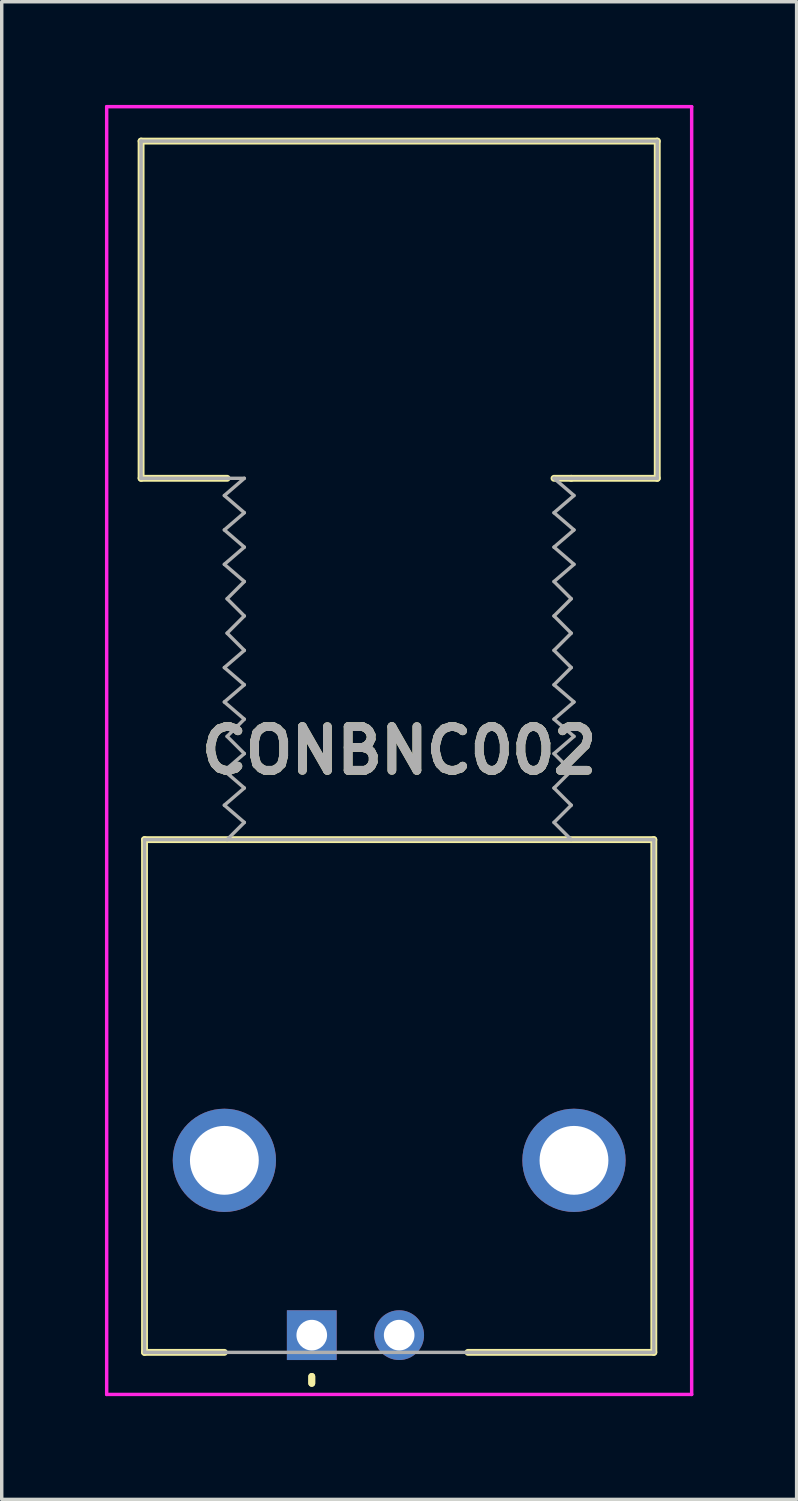
<source format=kicad_pcb>
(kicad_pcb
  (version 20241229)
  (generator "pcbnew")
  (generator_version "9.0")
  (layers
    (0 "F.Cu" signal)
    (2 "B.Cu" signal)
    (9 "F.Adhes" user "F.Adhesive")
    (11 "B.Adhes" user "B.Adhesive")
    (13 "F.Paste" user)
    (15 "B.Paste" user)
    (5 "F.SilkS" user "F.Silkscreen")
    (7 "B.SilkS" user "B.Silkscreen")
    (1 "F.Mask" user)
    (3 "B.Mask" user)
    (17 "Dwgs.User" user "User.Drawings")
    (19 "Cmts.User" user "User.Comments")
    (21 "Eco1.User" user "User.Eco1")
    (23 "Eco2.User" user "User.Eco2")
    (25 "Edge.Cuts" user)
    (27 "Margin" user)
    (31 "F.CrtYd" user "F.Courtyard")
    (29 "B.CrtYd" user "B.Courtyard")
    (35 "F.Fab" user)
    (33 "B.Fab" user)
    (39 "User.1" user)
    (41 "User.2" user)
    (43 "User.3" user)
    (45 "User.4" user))
  (footprint "CONBNC002"
    (layer "F.Cu")
    (at 6.01 35.75)
    (property "Reference" "CONBNC002" (at 2.54 -16.988 0) (layer "F.SilkS") (effects (font (size 1.27 1.27) (thickness 0.254))))
    (attr through_hole)
    (fp_line (start -4.96 -34.7) (end 10.04 -34.7) (stroke (width 0.2) (type solid)) (layer "F.SilkS"))
    (fp_line (start -4.96 -24.9) (end -4.96 -34.7) (stroke (width 0.2) (type solid)) (layer "F.SilkS"))
    (fp_line (start -4.86 -14.4) (end 9.94 -14.4) (stroke (width 0.2) (type solid)) (layer "F.SilkS"))
    (fp_line (start -4.86 0.5) (end -4.86 -14.4) (stroke (width 0.2) (type solid)) (layer "F.SilkS"))
    (fp_line (start -4.86 0.5) (end -2.54 0.5) (stroke (width 0.2) (type solid)) (layer "F.SilkS"))
    (fp_line (start -2.46 -24.9) (end -4.96 -24.9) (stroke (width 0.2) (type solid)) (layer "F.SilkS"))
    (fp_line (start 0 1.2) (end 0 1.4) (stroke (width 0.2) (type solid)) (layer "F.SilkS"))
    (fp_line (start 0 1.4) (end 0 1.2) (stroke (width 0.2) (type solid)) (layer "F.SilkS"))
    (fp_line (start 7.54 -24.9) (end 7.04 -24.9) (stroke (width 0.2) (type solid)) (layer "F.SilkS"))
    (fp_line (start 9.94 -14.4) (end 9.94 0.5) (stroke (width 0.2) (type solid)) (layer "F.SilkS"))
    (fp_line (start 9.94 0.5) (end 4.54 0.5) (stroke (width 0.2) (type solid)) (layer "F.SilkS"))
    (fp_line (start 10.04 -34.7) (end 10.04 -24.9) (stroke (width 0.2) (type solid)) (layer "F.SilkS"))
    (fp_line (start 10.04 -24.9) (end 7.54 -24.9) (stroke (width 0.2) (type solid)) (layer "F.SilkS"))
    (fp_line (start -5.96 -35.7) (end 11.04 -35.7) (stroke (width 0.1) (type solid)) (layer "F.CrtYd"))
    (fp_line (start -5.96 1.723) (end -5.96 -35.7) (stroke (width 0.1) (type solid)) (layer "F.CrtYd"))
    (fp_line (start 11.04 -35.7) (end 11.04 1.723) (stroke (width 0.1) (type solid)) (layer "F.CrtYd"))
    (fp_line (start 11.04 1.723) (end -5.96 1.723) (stroke (width 0.1) (type solid)) (layer "F.CrtYd"))
    (fp_line (start -4.96 -24.9) (end -4.96 -34.7) (stroke (width 0.1) (type solid)) (layer "F.Fab"))
    (fp_line (start -4.86 -14.4) (end 9.94 -14.4) (stroke (width 0.1) (type solid)) (layer "F.Fab"))
    (fp_line (start -4.86 0.5) (end -4.86 -14.4) (stroke (width 0.1) (type solid)) (layer "F.Fab"))
    (fp_line (start -2.54 -24.4) (end -1.96 -24.9) (stroke (width 0.1) (type solid)) (layer "F.Fab"))
    (fp_line (start -2.54 -23.4) (end -1.96 -23.9) (stroke (width 0.1) (type solid)) (layer "F.Fab"))
    (fp_line (start -2.54 -22.4) (end -1.96 -22.9) (stroke (width 0.1) (type solid)) (layer "F.Fab"))
    (fp_line (start -2.54 -19.4) (end -1.96 -19.9) (stroke (width 0.1) (type solid)) (layer "F.Fab"))
    (fp_line (start -2.54 -18.4) (end -1.96 -18.9) (stroke (width 0.1) (type solid)) (layer "F.Fab"))
    (fp_line (start -2.54 -16.4) (end -1.96 -16.9) (stroke (width 0.1) (type solid)) (layer "F.Fab"))
    (fp_line (start -2.54 -15.4) (end -1.96 -15.9) (stroke (width 0.1) (type solid)) (layer "F.Fab"))
    (fp_line (start -2.46 -21.4) (end -1.96 -21.9) (stroke (width 0.1) (type solid)) (layer "F.Fab"))
    (fp_line (start -2.46 -20.4) (end -1.96 -20.9) (stroke (width 0.1) (type solid)) (layer "F.Fab"))
    (fp_line (start -2.46 -17.4) (end -1.96 -17.9) (stroke (width 0.1) (type solid)) (layer "F.Fab"))
    (fp_line (start -2.46 -14.4) (end -1.96 -14.9) (stroke (width 0.1) (type solid)) (layer "F.Fab"))
    (fp_line (start -1.96 -24.9) (end -4.96 -24.9) (stroke (width 0.1) (type solid)) (layer "F.Fab"))
    (fp_line (start -1.96 -23.9) (end -2.54 -24.4) (stroke (width 0.1) (type solid)) (layer "F.Fab"))
    (fp_line (start -1.96 -22.9) (end -2.54 -23.4) (stroke (width 0.1) (type solid)) (layer "F.Fab"))
    (fp_line (start -1.96 -21.9) (end -2.54 -22.4) (stroke (width 0.1) (type solid)) (layer "F.Fab"))
    (fp_line (start -1.96 -20.9) (end -2.46 -21.4) (stroke (width 0.1) (type solid)) (layer "F.Fab"))
    (fp_line (start -1.96 -19.9) (end -2.46 -20.4) (stroke (width 0.1) (type solid)) (layer "F.Fab"))
    (fp_line (start -1.96 -18.9) (end -2.54 -19.4) (stroke (width 0.1) (type solid)) (layer "F.Fab"))
    (fp_line (start -1.96 -17.9) (end -2.54 -18.4) (stroke (width 0.1) (type solid)) (layer "F.Fab"))
    (fp_line (start -1.96 -16.9) (end -2.46 -17.4) (stroke (width 0.1) (type solid)) (layer "F.Fab"))
    (fp_line (start -1.96 -15.9) (end -2.54 -16.4) (stroke (width 0.1) (type solid)) (layer "F.Fab"))
    (fp_line (start -1.96 -14.9) (end -2.54 -15.4) (stroke (width 0.1) (type solid)) (layer "F.Fab"))
    (fp_line (start 7.04 -24.9) (end 10.04 -24.9) (stroke (width 0.1) (type solid)) (layer "F.Fab"))
    (fp_line (start 7.04 -23.9) (end 7.62 -24.4) (stroke (width 0.1) (type solid)) (layer "F.Fab"))
    (fp_line (start 7.04 -22.9) (end 7.62 -23.4) (stroke (width 0.1) (type solid)) (layer "F.Fab"))
    (fp_line (start 7.04 -21.9) (end 7.62 -22.4) (stroke (width 0.1) (type solid)) (layer "F.Fab"))
    (fp_line (start 7.04 -20.9) (end 7.54 -21.4) (stroke (width 0.1) (type solid)) (layer "F.Fab"))
    (fp_line (start 7.04 -19.9) (end 7.54 -20.4) (stroke (width 0.1) (type solid)) (layer "F.Fab"))
    (fp_line (start 7.04 -18.9) (end 7.54 -19.4) (stroke (width 0.1) (type solid)) (layer "F.Fab"))
    (fp_line (start 7.04 -17.9) (end 7.62 -18.4) (stroke (width 0.1) (type solid)) (layer "F.Fab"))
    (fp_line (start 7.04 -16.9) (end 7.62 -17.4) (stroke (width 0.1) (type solid)) (layer "F.Fab"))
    (fp_line (start 7.04 -15.9) (end 7.54 -16.4) (stroke (width 0.1) (type solid)) (layer "F.Fab"))
    (fp_line (start 7.04 -14.9) (end 7.54 -15.4) (stroke (width 0.1) (type solid)) (layer "F.Fab"))
    (fp_line (start 7.54 -21.4) (end 7.04 -21.9) (stroke (width 0.1) (type solid)) (layer "F.Fab"))
    (fp_line (start 7.54 -20.4) (end 7.04 -20.9) (stroke (width 0.1) (type solid)) (layer "F.Fab"))
    (fp_line (start 7.54 -19.4) (end 7.04 -19.9) (stroke (width 0.1) (type solid)) (layer "F.Fab"))
    (fp_line (start 7.54 -16.4) (end 7.04 -16.9) (stroke (width 0.1) (type solid)) (layer "F.Fab"))
    (fp_line (start 7.54 -15.4) (end 7.04 -15.9) (stroke (width 0.1) (type solid)) (layer "F.Fab"))
    (fp_line (start 7.54 -14.4) (end 7.04 -14.9) (stroke (width 0.1) (type solid)) (layer "F.Fab"))
    (fp_line (start 7.62 -24.4) (end 7.04 -24.9) (stroke (width 0.1) (type solid)) (layer "F.Fab"))
    (fp_line (start 7.62 -23.4) (end 7.04 -23.9) (stroke (width 0.1) (type solid)) (layer "F.Fab"))
    (fp_line (start 7.62 -22.4) (end 7.04 -22.9) (stroke (width 0.1) (type solid)) (layer "F.Fab"))
    (fp_line (start 7.62 -18.4) (end 7.04 -18.9) (stroke (width 0.1) (type solid)) (layer "F.Fab"))
    (fp_line (start 7.62 -17.4) (end 7.04 -17.9) (stroke (width 0.1) (type solid)) (layer "F.Fab"))
    (fp_line (start 9.94 -14.4) (end 9.94 0.5) (stroke (width 0.1) (type solid)) (layer "F.Fab"))
    (fp_line (start 9.94 0.5) (end -4.86 0.5) (stroke (width 0.1) (type solid)) (layer "F.Fab"))
    (fp_line (start 10.04 -34.7) (end -4.96 -34.7) (stroke (width 0.1) (type solid)) (layer "F.Fab"))
    (fp_line (start 10.04 -24.9) (end 10.04 -34.7) (stroke (width 0.1) (type solid)) (layer "F.Fab"))
    (fp_text user "${REFERENCE}" (at 2.54 -16.988 0) (layer "F.Fab") (effects (font (size 1.27 1.27) (thickness 0.254))))
    (pad "1" thru_hole rect (at 0 0) (size 1.446 1.446) (drill 0.89) (layers "*.Cu" "*.Mask"))
    (pad "2" thru_hole circle (at 2.54 0) (size 1.446 1.446) (drill 0.89) (layers "*.Cu" "*.Mask"))
    (pad "MH1" thru_hole circle (at -2.54 -5.08) (size 3 3) (drill 2) (layers "*.Cu" "*.Mask"))
    (pad "MH2" thru_hole circle (at 7.62 -5.08) (size 3 3) (drill 2) (layers "*.Cu" "*.Mask")))
  (gr_rect
    (start -3 -3)
    (end 20.1 40.523)
    (stroke (width 0.1) (type default))
    (fill no)
    (layer "Edge.Cuts")))
</source>
